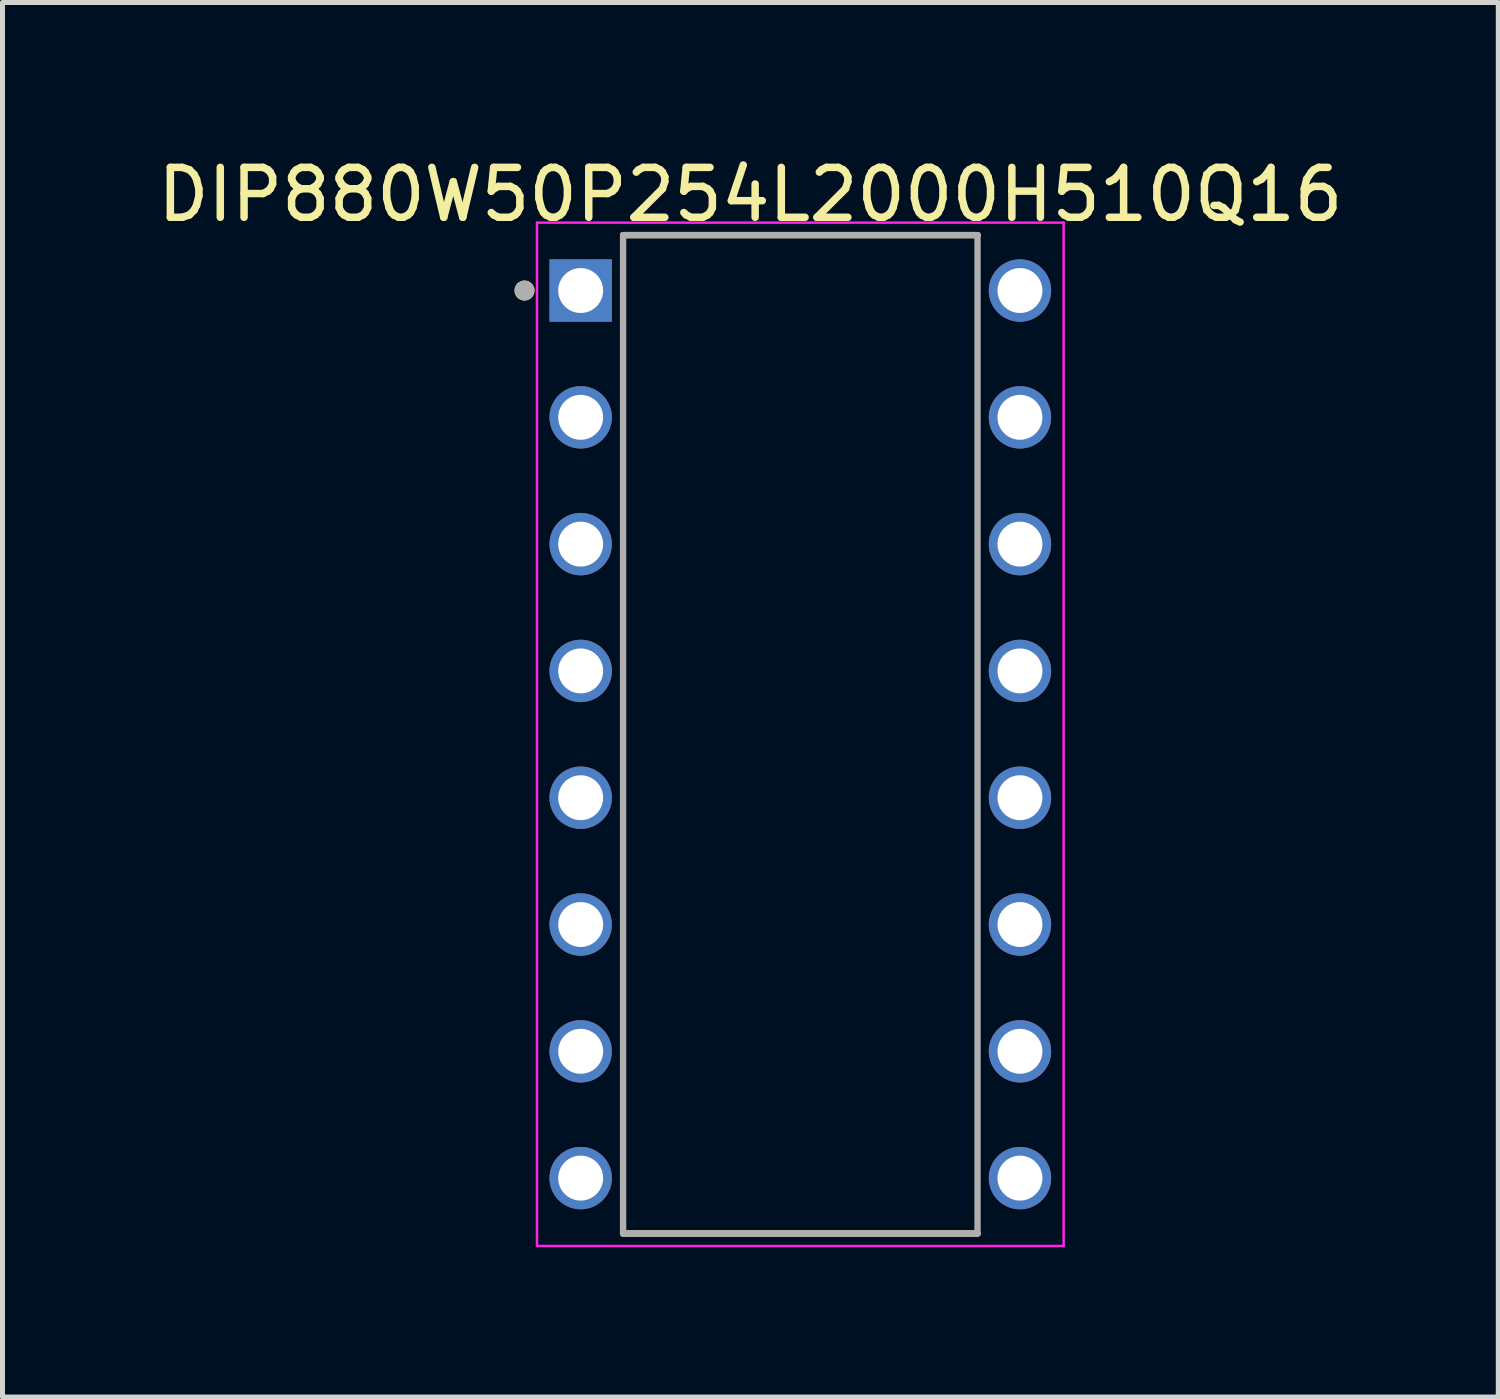
<source format=kicad_pcb>
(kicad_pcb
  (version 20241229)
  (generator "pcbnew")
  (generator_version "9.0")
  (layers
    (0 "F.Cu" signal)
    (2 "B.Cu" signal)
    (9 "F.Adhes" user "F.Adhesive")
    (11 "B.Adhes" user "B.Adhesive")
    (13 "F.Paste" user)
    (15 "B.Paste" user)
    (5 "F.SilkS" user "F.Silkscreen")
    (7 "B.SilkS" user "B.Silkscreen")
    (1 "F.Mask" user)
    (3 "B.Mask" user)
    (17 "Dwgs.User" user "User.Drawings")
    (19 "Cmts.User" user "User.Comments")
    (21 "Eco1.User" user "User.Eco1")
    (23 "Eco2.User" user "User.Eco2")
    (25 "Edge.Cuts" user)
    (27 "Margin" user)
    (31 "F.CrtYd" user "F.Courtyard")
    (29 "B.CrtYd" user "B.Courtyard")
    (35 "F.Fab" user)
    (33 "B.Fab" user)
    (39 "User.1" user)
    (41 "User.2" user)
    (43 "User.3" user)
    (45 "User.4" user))
  (footprint "DIP880W50P254L2000H510Q16"
    (layer "F.Cu")
    (at 12.982 11.66)
    (property "Reference" "DIP880W50P254L2000H510Q16" (at -1 -10.812 0) (layer "F.SilkS") (effects (font (size 1 1) (thickness 0.15))))
    (attr through_hole)
    (fp_line (start -3.55 -10) (end 3.55 -10) (stroke (width 0.127) (type solid)) (layer "F.SilkS"))
    (fp_line (start -3.55 10) (end 3.55 10) (stroke (width 0.127) (type solid)) (layer "F.SilkS"))
    (fp_circle (center -5.525 -8.89) (end -5.425 -8.89) (stroke (width 0.2) (type solid)) (fill no) (layer "F.SilkS"))
    (fp_line (start -5.275 -10.25) (end -5.275 10.25) (stroke (width 0.05) (type solid)) (layer "F.CrtYd"))
    (fp_line (start 5.275 -10.25) (end -5.275 -10.25) (stroke (width 0.05) (type solid)) (layer "F.CrtYd"))
    (fp_line (start 5.275 -10.25) (end 5.275 10.25) (stroke (width 0.05) (type solid)) (layer "F.CrtYd"))
    (fp_line (start 5.275 10.25) (end -5.275 10.25) (stroke (width 0.05) (type solid)) (layer "F.CrtYd"))
    (fp_line (start -3.55 -10) (end -3.55 10) (stroke (width 0.127) (type solid)) (layer "F.Fab"))
    (fp_line (start -3.55 -10) (end 3.55 -10) (stroke (width 0.127) (type solid)) (layer "F.Fab"))
    (fp_line (start -3.55 10) (end 3.55 10) (stroke (width 0.127) (type solid)) (layer "F.Fab"))
    (fp_line (start 3.55 -10) (end 3.55 10) (stroke (width 0.127) (type solid)) (layer "F.Fab"))
    (fp_circle (center -5.525 -8.89) (end -5.425 -8.89) (stroke (width 0.2) (type solid)) (fill no) (layer "F.Fab"))
    (pad "1" thru_hole rect (at -4.4 -8.89) (size 1.25 1.25) (drill 0.9) (layers "*.Cu" "*.Mask"))
    (pad "2" thru_hole circle (at -4.4 -6.35) (size 1.25 1.25) (drill 0.9) (layers "*.Cu" "*.Mask"))
    (pad "3" thru_hole circle (at -4.4 -3.81) (size 1.25 1.25) (drill 0.9) (layers "*.Cu" "*.Mask"))
    (pad "4" thru_hole circle (at -4.4 -1.27) (size 1.25 1.25) (drill 0.9) (layers "*.Cu" "*.Mask"))
    (pad "5" thru_hole circle (at -4.4 1.27) (size 1.25 1.25) (drill 0.9) (layers "*.Cu" "*.Mask"))
    (pad "6" thru_hole circle (at -4.4 3.81) (size 1.25 1.25) (drill 0.9) (layers "*.Cu" "*.Mask"))
    (pad "7" thru_hole circle (at -4.4 6.35) (size 1.25 1.25) (drill 0.9) (layers "*.Cu" "*.Mask"))
    (pad "8" thru_hole circle (at -4.4 8.89) (size 1.25 1.25) (drill 0.9) (layers "*.Cu" "*.Mask"))
    (pad "9" thru_hole circle (at 4.4 8.89) (size 1.25 1.25) (drill 0.9) (layers "*.Cu" "*.Mask"))
    (pad "10" thru_hole circle (at 4.4 6.35) (size 1.25 1.25) (drill 0.9) (layers "*.Cu" "*.Mask"))
    (pad "11" thru_hole circle (at 4.4 3.81) (size 1.25 1.25) (drill 0.9) (layers "*.Cu" "*.Mask"))
    (pad "12" thru_hole circle (at 4.4 1.27) (size 1.25 1.25) (drill 0.9) (layers "*.Cu" "*.Mask"))
    (pad "13" thru_hole circle (at 4.4 -1.27) (size 1.25 1.25) (drill 0.9) (layers "*.Cu" "*.Mask"))
    (pad "14" thru_hole circle (at 4.4 -3.81) (size 1.25 1.25) (drill 0.9) (layers "*.Cu" "*.Mask"))
    (pad "15" thru_hole circle (at 4.4 -6.35) (size 1.25 1.25) (drill 0.9) (layers "*.Cu" "*.Mask"))
    (pad "16" thru_hole circle (at 4.4 -8.89) (size 1.25 1.25) (drill 0.9) (layers "*.Cu" "*.Mask")))
  (gr_rect
    (start -3 -3)
    (end 26.964 24.935)
    (stroke (width 0.1) (type default))
    (fill no)
    (layer "Edge.Cuts")))
</source>
